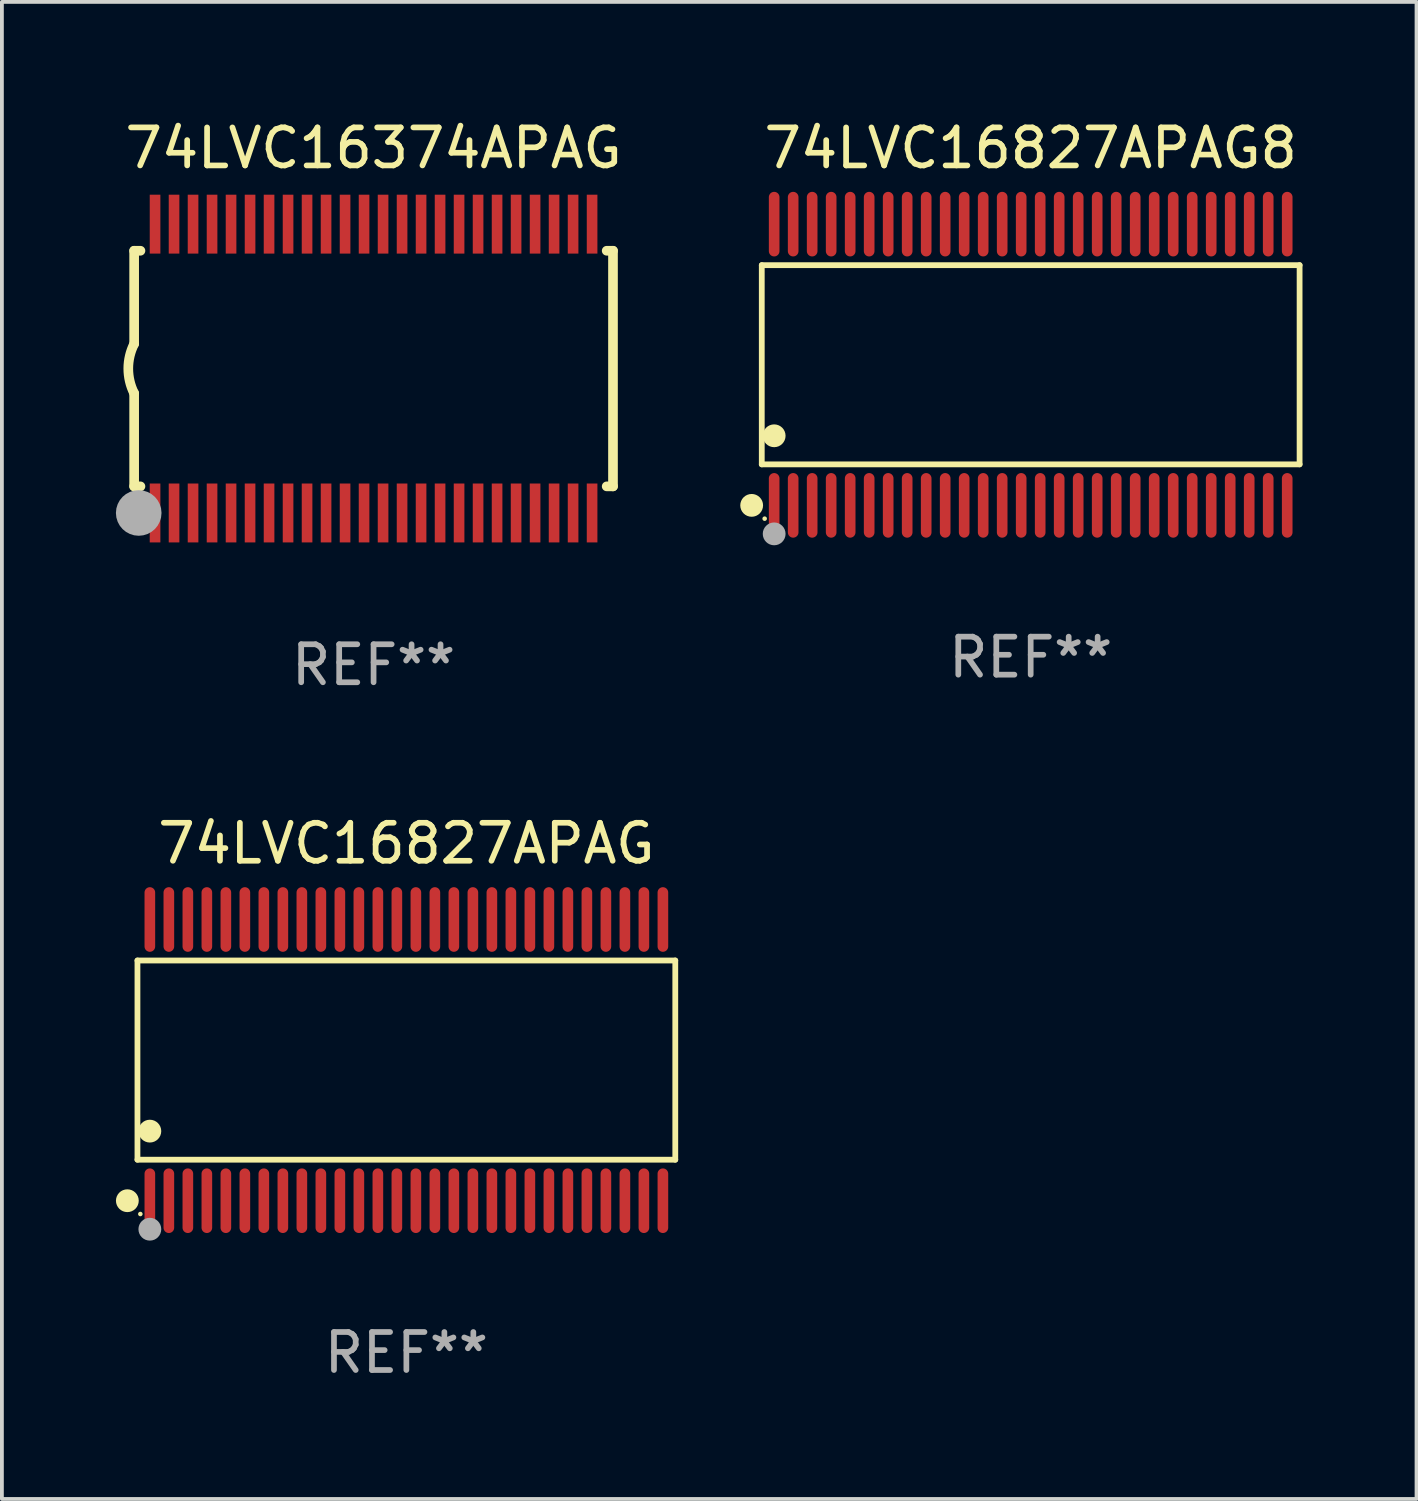
<source format=kicad_pcb>
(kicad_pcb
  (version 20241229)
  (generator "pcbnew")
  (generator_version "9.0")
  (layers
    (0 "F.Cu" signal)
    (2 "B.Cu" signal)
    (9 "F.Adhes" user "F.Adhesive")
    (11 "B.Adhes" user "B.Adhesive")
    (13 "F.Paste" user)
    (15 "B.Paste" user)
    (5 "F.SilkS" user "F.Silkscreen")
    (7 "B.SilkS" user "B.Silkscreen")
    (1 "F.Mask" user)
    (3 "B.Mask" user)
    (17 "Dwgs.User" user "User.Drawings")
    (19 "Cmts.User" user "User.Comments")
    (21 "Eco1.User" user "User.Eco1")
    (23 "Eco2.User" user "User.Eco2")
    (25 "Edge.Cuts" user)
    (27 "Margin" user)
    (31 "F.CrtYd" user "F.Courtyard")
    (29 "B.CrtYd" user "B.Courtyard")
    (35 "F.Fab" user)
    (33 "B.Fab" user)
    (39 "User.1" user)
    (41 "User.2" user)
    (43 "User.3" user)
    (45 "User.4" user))
  (footprint "74LVC16827APAG"
    (layer "F.Cu")
    (at 7.643 24.845)
    (property "Reference" "74LVC16827APAG" (at 0 -5.7 0) (layer "F.SilkS") (effects (font (size 1 1) (thickness 0.15))))
    (attr through_hole)
    (fp_line (start -7.076 -2.621) (end 7.076 -2.621) (stroke (width 0.152) (type solid)) (layer "F.SilkS"))
    (fp_line (start -7.076 2.621) (end -7.076 -2.621) (stroke (width 0.152) (type solid)) (layer "F.SilkS"))
    (fp_line (start 7.076 -2.621) (end 7.076 2.621) (stroke (width 0.152) (type solid)) (layer "F.SilkS"))
    (fp_line (start 7.076 2.621) (end -7.076 2.621) (stroke (width 0.152) (type solid)) (layer "F.SilkS"))
    (fp_circle (center -7.342 3.7) (end -7.192 3.7) (stroke (width 0.3) (type solid)) (fill no) (layer "F.SilkS"))
    (fp_circle (center -7 4.05) (end -6.97 4.05) (stroke (width 0.06) (type solid)) (fill no) (layer "F.SilkS"))
    (fp_circle (center -6.75 1.869) (end -6.6 1.869) (stroke (width 0.3) (type solid)) (fill no) (layer "F.SilkS"))
    (fp_circle (center -6.75 4.45) (end -6.6 4.45) (stroke (width 0.3) (type solid)) (fill no) (layer "F.Fab"))
    (fp_text user "REF**" (at 0 7.7 0) (layer "F.Fab") (effects (font (size 1 1) (thickness 0.15))))
    (pad "1" smd oval (at -6.75 3.7) (size 0.28 1.7) (layers "F.Cu" "F.Mask" "F.Paste"))
    (pad "2" smd oval (at -6.25 3.7) (size 0.28 1.7) (layers "F.Cu" "F.Mask" "F.Paste"))
    (pad "3" smd oval (at -5.75 3.7) (size 0.28 1.7) (layers "F.Cu" "F.Mask" "F.Paste"))
    (pad "4" smd oval (at -5.25 3.7) (size 0.28 1.7) (layers "F.Cu" "F.Mask" "F.Paste"))
    (pad "5" smd oval (at -4.75 3.7) (size 0.28 1.7) (layers "F.Cu" "F.Mask" "F.Paste"))
    (pad "6" smd oval (at -4.25 3.7) (size 0.28 1.7) (layers "F.Cu" "F.Mask" "F.Paste"))
    (pad "7" smd oval (at -3.75 3.7) (size 0.28 1.7) (layers "F.Cu" "F.Mask" "F.Paste"))
    (pad "8" smd oval (at -3.25 3.7) (size 0.28 1.7) (layers "F.Cu" "F.Mask" "F.Paste"))
    (pad "9" smd oval (at -2.75 3.7) (size 0.28 1.7) (layers "F.Cu" "F.Mask" "F.Paste"))
    (pad "10" smd oval (at -2.25 3.7) (size 0.28 1.7) (layers "F.Cu" "F.Mask" "F.Paste"))
    (pad "11" smd oval (at -1.75 3.7) (size 0.28 1.7) (layers "F.Cu" "F.Mask" "F.Paste"))
    (pad "12" smd oval (at -1.25 3.7) (size 0.28 1.7) (layers "F.Cu" "F.Mask" "F.Paste"))
    (pad "13" smd oval (at -0.75 3.7) (size 0.28 1.7) (layers "F.Cu" "F.Mask" "F.Paste"))
    (pad "14" smd oval (at -0.25 3.7) (size 0.28 1.7) (layers "F.Cu" "F.Mask" "F.Paste"))
    (pad "15" smd oval (at 0.25 3.7) (size 0.28 1.7) (layers "F.Cu" "F.Mask" "F.Paste"))
    (pad "16" smd oval (at 0.75 3.7) (size 0.28 1.7) (layers "F.Cu" "F.Mask" "F.Paste"))
    (pad "17" smd oval (at 1.25 3.7) (size 0.28 1.7) (layers "F.Cu" "F.Mask" "F.Paste"))
    (pad "18" smd oval (at 1.75 3.7) (size 0.28 1.7) (layers "F.Cu" "F.Mask" "F.Paste"))
    (pad "19" smd oval (at 2.25 3.7) (size 0.28 1.7) (layers "F.Cu" "F.Mask" "F.Paste"))
    (pad "20" smd oval (at 2.75 3.7) (size 0.28 1.7) (layers "F.Cu" "F.Mask" "F.Paste"))
    (pad "21" smd oval (at 3.25 3.7) (size 0.28 1.7) (layers "F.Cu" "F.Mask" "F.Paste"))
    (pad "22" smd oval (at 3.75 3.7) (size 0.28 1.7) (layers "F.Cu" "F.Mask" "F.Paste"))
    (pad "23" smd oval (at 4.25 3.7) (size 0.28 1.7) (layers "F.Cu" "F.Mask" "F.Paste"))
    (pad "24" smd oval (at 4.75 3.7) (size 0.28 1.7) (layers "F.Cu" "F.Mask" "F.Paste"))
    (pad "25" smd oval (at 5.25 3.7) (size 0.28 1.7) (layers "F.Cu" "F.Mask" "F.Paste"))
    (pad "26" smd oval (at 5.75 3.7) (size 0.28 1.7) (layers "F.Cu" "F.Mask" "F.Paste"))
    (pad "27" smd oval (at 6.25 3.7) (size 0.28 1.7) (layers "F.Cu" "F.Mask" "F.Paste"))
    (pad "28" smd oval (at 6.75 3.7) (size 0.28 1.7) (layers "F.Cu" "F.Mask" "F.Paste"))
    (pad "29" smd oval (at 6.75 -3.7) (size 0.28 1.7) (layers "F.Cu" "F.Mask" "F.Paste"))
    (pad "30" smd oval (at 6.25 -3.7) (size 0.28 1.7) (layers "F.Cu" "F.Mask" "F.Paste"))
    (pad "31" smd oval (at 5.75 -3.7) (size 0.28 1.7) (layers "F.Cu" "F.Mask" "F.Paste"))
    (pad "32" smd oval (at 5.25 -3.7) (size 0.28 1.7) (layers "F.Cu" "F.Mask" "F.Paste"))
    (pad "33" smd oval (at 4.75 -3.7) (size 0.28 1.7) (layers "F.Cu" "F.Mask" "F.Paste"))
    (pad "34" smd oval (at 4.25 -3.7) (size 0.28 1.7) (layers "F.Cu" "F.Mask" "F.Paste"))
    (pad "35" smd oval (at 3.75 -3.7) (size 0.28 1.7) (layers "F.Cu" "F.Mask" "F.Paste"))
    (pad "36" smd oval (at 3.25 -3.7) (size 0.28 1.7) (layers "F.Cu" "F.Mask" "F.Paste"))
    (pad "37" smd oval (at 2.75 -3.7) (size 0.28 1.7) (layers "F.Cu" "F.Mask" "F.Paste"))
    (pad "38" smd oval (at 2.25 -3.7) (size 0.28 1.7) (layers "F.Cu" "F.Mask" "F.Paste"))
    (pad "39" smd oval (at 1.75 -3.7) (size 0.28 1.7) (layers "F.Cu" "F.Mask" "F.Paste"))
    (pad "40" smd oval (at 1.25 -3.7) (size 0.28 1.7) (layers "F.Cu" "F.Mask" "F.Paste"))
    (pad "41" smd oval (at 0.75 -3.7) (size 0.28 1.7) (layers "F.Cu" "F.Mask" "F.Paste"))
    (pad "42" smd oval (at 0.25 -3.7) (size 0.28 1.7) (layers "F.Cu" "F.Mask" "F.Paste"))
    (pad "43" smd oval (at -0.25 -3.7) (size 0.28 1.7) (layers "F.Cu" "F.Mask" "F.Paste"))
    (pad "44" smd oval (at -0.75 -3.7) (size 0.28 1.7) (layers "F.Cu" "F.Mask" "F.Paste"))
    (pad "45" smd oval (at -1.25 -3.7) (size 0.28 1.7) (layers "F.Cu" "F.Mask" "F.Paste"))
    (pad "46" smd oval (at -1.75 -3.7) (size 0.28 1.7) (layers "F.Cu" "F.Mask" "F.Paste"))
    (pad "47" smd oval (at -2.25 -3.7) (size 0.28 1.7) (layers "F.Cu" "F.Mask" "F.Paste"))
    (pad "48" smd oval (at -2.75 -3.7) (size 0.28 1.7) (layers "F.Cu" "F.Mask" "F.Paste"))
    (pad "49" smd oval (at -3.25 -3.7) (size 0.28 1.7) (layers "F.Cu" "F.Mask" "F.Paste"))
    (pad "50" smd oval (at -3.75 -3.7) (size 0.28 1.7) (layers "F.Cu" "F.Mask" "F.Paste"))
    (pad "51" smd oval (at -4.25 -3.7) (size 0.28 1.7) (layers "F.Cu" "F.Mask" "F.Paste"))
    (pad "52" smd oval (at -4.75 -3.7) (size 0.28 1.7) (layers "F.Cu" "F.Mask" "F.Paste"))
    (pad "53" smd oval (at -5.25 -3.7) (size 0.28 1.7) (layers "F.Cu" "F.Mask" "F.Paste"))
    (pad "54" smd oval (at -5.75 -3.7) (size 0.28 1.7) (layers "F.Cu" "F.Mask" "F.Paste"))
    (pad "55" smd oval (at -6.25 -3.7) (size 0.28 1.7) (layers "F.Cu" "F.Mask" "F.Paste"))
    (pad "56" smd oval (at -6.75 -3.7) (size 0.28 1.7) (layers "F.Cu" "F.Mask" "F.Paste")))
  (footprint "74LVC16374APAG"
    (layer "F.Cu")
    (at 6.78 6.648)
    (property "Reference" "74LVC16374APAG" (at 0 -5.8 0) (layer "F.SilkS") (effects (font (size 1 1) (thickness 0.15))))
    (attr through_hole)
    (fp_line (start -6.3 -3.1) (end -6.3 -0.65) (stroke (width 0.254) (type solid)) (layer "F.SilkS"))
    (fp_line (start -6.3 -3.1) (end -6.134 -3.1) (stroke (width 0.254) (type solid)) (layer "F.SilkS"))
    (fp_line (start -6.3 3.1) (end -6.3 0.65) (stroke (width 0.254) (type solid)) (layer "F.SilkS"))
    (fp_line (start -6.3 3.1) (end -6.134 3.1) (stroke (width 0.254) (type solid)) (layer "F.SilkS"))
    (fp_line (start 6.134 -3.1) (end 6.3 -3.1) (stroke (width 0.254) (type solid)) (layer "F.SilkS"))
    (fp_line (start 6.134 3.1) (end 6.3 3.1) (stroke (width 0.254) (type solid)) (layer "F.SilkS"))
    (fp_line (start 6.3 -3.1) (end 6.3 3.1) (stroke (width 0.254) (type solid)) (layer "F.SilkS"))
    (fp_arc (start -6.301016 0.650114) (mid -6.45413 -0.000082) (end -6.3 -0.650038) (stroke (width 0.254001) (type solid)) (layer "F.SilkS"))
    (fp_circle (center -6.35 3.81) (end -6.223 3.81) (stroke (width 0.254) (type solid)) (fill no) (layer "F.SilkS"))
    (fp_circle (center -6.25 4.05) (end -6.22 4.05) (stroke (width 0.06) (type solid)) (fill no) (layer "F.SilkS"))
    (fp_circle (center -6.18 3.8) (end -5.88 3.8) (stroke (width 0.6) (type solid)) (fill no) (layer "F.Fab"))
    (fp_text user "REF**" (at 0 7.8 0) (layer "F.Fab") (effects (font (size 1 1) (thickness 0.15))))
    (pad "1" smd rect (at -5.75 3.8) (size 0.28 1.55) (layers "F.Cu" "F.Mask" "F.Paste"))
    (pad "2" smd rect (at -5.25 3.8) (size 0.28 1.55) (layers "F.Cu" "F.Mask" "F.Paste"))
    (pad "3" smd rect (at -4.75 3.8) (size 0.28 1.55) (layers "F.Cu" "F.Mask" "F.Paste"))
    (pad "4" smd rect (at -4.25 3.8) (size 0.28 1.55) (layers "F.Cu" "F.Mask" "F.Paste"))
    (pad "5" smd rect (at -3.75 3.8) (size 0.28 1.55) (layers "F.Cu" "F.Mask" "F.Paste"))
    (pad "6" smd rect (at -3.25 3.8) (size 0.28 1.55) (layers "F.Cu" "F.Mask" "F.Paste"))
    (pad "7" smd rect (at -2.75 3.8) (size 0.28 1.55) (layers "F.Cu" "F.Mask" "F.Paste"))
    (pad "8" smd rect (at -2.25 3.8) (size 0.28 1.55) (layers "F.Cu" "F.Mask" "F.Paste"))
    (pad "9" smd rect (at -1.75 3.8) (size 0.28 1.55) (layers "F.Cu" "F.Mask" "F.Paste"))
    (pad "10" smd rect (at -1.25 3.8) (size 0.28 1.55) (layers "F.Cu" "F.Mask" "F.Paste"))
    (pad "11" smd rect (at -0.75 3.8) (size 0.28 1.55) (layers "F.Cu" "F.Mask" "F.Paste"))
    (pad "12" smd rect (at -0.25 3.8) (size 0.28 1.55) (layers "F.Cu" "F.Mask" "F.Paste"))
    (pad "13" smd rect (at 0.25 3.8) (size 0.28 1.55) (layers "F.Cu" "F.Mask" "F.Paste"))
    (pad "14" smd rect (at 0.75 3.8) (size 0.28 1.55) (layers "F.Cu" "F.Mask" "F.Paste"))
    (pad "15" smd rect (at 1.25 3.8) (size 0.28 1.55) (layers "F.Cu" "F.Mask" "F.Paste"))
    (pad "16" smd rect (at 1.75 3.8) (size 0.28 1.55) (layers "F.Cu" "F.Mask" "F.Paste"))
    (pad "17" smd rect (at 2.25 3.8) (size 0.28 1.55) (layers "F.Cu" "F.Mask" "F.Paste"))
    (pad "18" smd rect (at 2.75 3.8) (size 0.28 1.55) (layers "F.Cu" "F.Mask" "F.Paste"))
    (pad "19" smd rect (at 3.25 3.8) (size 0.28 1.55) (layers "F.Cu" "F.Mask" "F.Paste"))
    (pad "20" smd rect (at 3.75 3.8) (size 0.28 1.55) (layers "F.Cu" "F.Mask" "F.Paste"))
    (pad "21" smd rect (at 4.25 3.8) (size 0.28 1.55) (layers "F.Cu" "F.Mask" "F.Paste"))
    (pad "22" smd rect (at 4.75 3.8) (size 0.28 1.55) (layers "F.Cu" "F.Mask" "F.Paste"))
    (pad "23" smd rect (at 5.25 3.8) (size 0.28 1.55) (layers "F.Cu" "F.Mask" "F.Paste"))
    (pad "24" smd rect (at 5.75 3.8) (size 0.28 1.55) (layers "F.Cu" "F.Mask" "F.Paste"))
    (pad "25" smd rect (at 5.75 -3.8) (size 0.28 1.55) (layers "F.Cu" "F.Mask" "F.Paste"))
    (pad "26" smd rect (at 5.25 -3.8) (size 0.28 1.55) (layers "F.Cu" "F.Mask" "F.Paste"))
    (pad "27" smd rect (at 4.75 -3.8) (size 0.28 1.55) (layers "F.Cu" "F.Mask" "F.Paste"))
    (pad "28" smd rect (at 4.25 -3.8) (size 0.28 1.55) (layers "F.Cu" "F.Mask" "F.Paste"))
    (pad "29" smd rect (at 3.75 -3.8) (size 0.28 1.55) (layers "F.Cu" "F.Mask" "F.Paste"))
    (pad "30" smd rect (at 3.25 -3.8) (size 0.28 1.55) (layers "F.Cu" "F.Mask" "F.Paste"))
    (pad "31" smd rect (at 2.75 -3.8) (size 0.28 1.55) (layers "F.Cu" "F.Mask" "F.Paste"))
    (pad "32" smd rect (at 2.25 -3.8) (size 0.28 1.55) (layers "F.Cu" "F.Mask" "F.Paste"))
    (pad "33" smd rect (at 1.75 -3.8) (size 0.28 1.55) (layers "F.Cu" "F.Mask" "F.Paste"))
    (pad "34" smd rect (at 1.25 -3.8) (size 0.28 1.55) (layers "F.Cu" "F.Mask" "F.Paste"))
    (pad "35" smd rect (at 0.75 -3.8) (size 0.28 1.55) (layers "F.Cu" "F.Mask" "F.Paste"))
    (pad "36" smd rect (at 0.25 -3.8) (size 0.28 1.55) (layers "F.Cu" "F.Mask" "F.Paste"))
    (pad "37" smd rect (at -0.25 -3.8) (size 0.28 1.55) (layers "F.Cu" "F.Mask" "F.Paste"))
    (pad "38" smd rect (at -0.75 -3.8) (size 0.28 1.55) (layers "F.Cu" "F.Mask" "F.Paste"))
    (pad "39" smd rect (at -1.25 -3.8) (size 0.28 1.55) (layers "F.Cu" "F.Mask" "F.Paste"))
    (pad "40" smd rect (at -1.75 -3.8) (size 0.28 1.55) (layers "F.Cu" "F.Mask" "F.Paste"))
    (pad "41" smd rect (at -2.25 -3.8) (size 0.28 1.55) (layers "F.Cu" "F.Mask" "F.Paste"))
    (pad "42" smd rect (at -2.75 -3.8) (size 0.28 1.55) (layers "F.Cu" "F.Mask" "F.Paste"))
    (pad "43" smd rect (at -3.25 -3.8) (size 0.28 1.55) (layers "F.Cu" "F.Mask" "F.Paste"))
    (pad "44" smd rect (at -3.75 -3.8) (size 0.28 1.55) (layers "F.Cu" "F.Mask" "F.Paste"))
    (pad "45" smd rect (at -4.25 -3.8) (size 0.28 1.55) (layers "F.Cu" "F.Mask" "F.Paste"))
    (pad "46" smd rect (at -4.75 -3.8) (size 0.28 1.55) (layers "F.Cu" "F.Mask" "F.Paste"))
    (pad "47" smd rect (at -5.25 -3.8) (size 0.28 1.55) (layers "F.Cu" "F.Mask" "F.Paste"))
    (pad "48" smd rect (at -5.75 -3.8) (size 0.28 1.55) (layers "F.Cu" "F.Mask" "F.Paste")))
  (footprint "74LVC16827APAG8"
    (layer "F.Cu")
    (at 24.071 6.548)
    (property "Reference" "74LVC16827APAG8" (at 0 -5.7 0) (layer "F.SilkS") (effects (font (size 1 1) (thickness 0.15))))
    (attr through_hole)
    (fp_line (start -7.076 -2.621) (end 7.076 -2.621) (stroke (width 0.152) (type solid)) (layer "F.SilkS"))
    (fp_line (start -7.076 2.621) (end -7.076 -2.621) (stroke (width 0.152) (type solid)) (layer "F.SilkS"))
    (fp_line (start 7.076 -2.621) (end 7.076 2.621) (stroke (width 0.152) (type solid)) (layer "F.SilkS"))
    (fp_line (start 7.076 2.621) (end -7.076 2.621) (stroke (width 0.152) (type solid)) (layer "F.SilkS"))
    (fp_circle (center -7.342 3.7) (end -7.192 3.7) (stroke (width 0.3) (type solid)) (fill no) (layer "F.SilkS"))
    (fp_circle (center -7 4.05) (end -6.97 4.05) (stroke (width 0.06) (type solid)) (fill no) (layer "F.SilkS"))
    (fp_circle (center -6.75 1.869) (end -6.6 1.869) (stroke (width 0.3) (type solid)) (fill no) (layer "F.SilkS"))
    (fp_circle (center -6.75 4.45) (end -6.6 4.45) (stroke (width 0.3) (type solid)) (fill no) (layer "F.Fab"))
    (fp_text user "REF**" (at 0 7.7 0) (layer "F.Fab") (effects (font (size 1 1) (thickness 0.15))))
    (pad "1" smd oval (at -6.75 3.7) (size 0.28 1.7) (layers "F.Cu" "F.Mask" "F.Paste"))
    (pad "2" smd oval (at -6.25 3.7) (size 0.28 1.7) (layers "F.Cu" "F.Mask" "F.Paste"))
    (pad "3" smd oval (at -5.75 3.7) (size 0.28 1.7) (layers "F.Cu" "F.Mask" "F.Paste"))
    (pad "4" smd oval (at -5.25 3.7) (size 0.28 1.7) (layers "F.Cu" "F.Mask" "F.Paste"))
    (pad "5" smd oval (at -4.75 3.7) (size 0.28 1.7) (layers "F.Cu" "F.Mask" "F.Paste"))
    (pad "6" smd oval (at -4.25 3.7) (size 0.28 1.7) (layers "F.Cu" "F.Mask" "F.Paste"))
    (pad "7" smd oval (at -3.75 3.7) (size 0.28 1.7) (layers "F.Cu" "F.Mask" "F.Paste"))
    (pad "8" smd oval (at -3.25 3.7) (size 0.28 1.7) (layers "F.Cu" "F.Mask" "F.Paste"))
    (pad "9" smd oval (at -2.75 3.7) (size 0.28 1.7) (layers "F.Cu" "F.Mask" "F.Paste"))
    (pad "10" smd oval (at -2.25 3.7) (size 0.28 1.7) (layers "F.Cu" "F.Mask" "F.Paste"))
    (pad "11" smd oval (at -1.75 3.7) (size 0.28 1.7) (layers "F.Cu" "F.Mask" "F.Paste"))
    (pad "12" smd oval (at -1.25 3.7) (size 0.28 1.7) (layers "F.Cu" "F.Mask" "F.Paste"))
    (pad "13" smd oval (at -0.75 3.7) (size 0.28 1.7) (layers "F.Cu" "F.Mask" "F.Paste"))
    (pad "14" smd oval (at -0.25 3.7) (size 0.28 1.7) (layers "F.Cu" "F.Mask" "F.Paste"))
    (pad "15" smd oval (at 0.25 3.7) (size 0.28 1.7) (layers "F.Cu" "F.Mask" "F.Paste"))
    (pad "16" smd oval (at 0.75 3.7) (size 0.28 1.7) (layers "F.Cu" "F.Mask" "F.Paste"))
    (pad "17" smd oval (at 1.25 3.7) (size 0.28 1.7) (layers "F.Cu" "F.Mask" "F.Paste"))
    (pad "18" smd oval (at 1.75 3.7) (size 0.28 1.7) (layers "F.Cu" "F.Mask" "F.Paste"))
    (pad "19" smd oval (at 2.25 3.7) (size 0.28 1.7) (layers "F.Cu" "F.Mask" "F.Paste"))
    (pad "20" smd oval (at 2.75 3.7) (size 0.28 1.7) (layers "F.Cu" "F.Mask" "F.Paste"))
    (pad "21" smd oval (at 3.25 3.7) (size 0.28 1.7) (layers "F.Cu" "F.Mask" "F.Paste"))
    (pad "22" smd oval (at 3.75 3.7) (size 0.28 1.7) (layers "F.Cu" "F.Mask" "F.Paste"))
    (pad "23" smd oval (at 4.25 3.7) (size 0.28 1.7) (layers "F.Cu" "F.Mask" "F.Paste"))
    (pad "24" smd oval (at 4.75 3.7) (size 0.28 1.7) (layers "F.Cu" "F.Mask" "F.Paste"))
    (pad "25" smd oval (at 5.25 3.7) (size 0.28 1.7) (layers "F.Cu" "F.Mask" "F.Paste"))
    (pad "26" smd oval (at 5.75 3.7) (size 0.28 1.7) (layers "F.Cu" "F.Mask" "F.Paste"))
    (pad "27" smd oval (at 6.25 3.7) (size 0.28 1.7) (layers "F.Cu" "F.Mask" "F.Paste"))
    (pad "28" smd oval (at 6.75 3.7) (size 0.28 1.7) (layers "F.Cu" "F.Mask" "F.Paste"))
    (pad "29" smd oval (at 6.75 -3.7) (size 0.28 1.7) (layers "F.Cu" "F.Mask" "F.Paste"))
    (pad "30" smd oval (at 6.25 -3.7) (size 0.28 1.7) (layers "F.Cu" "F.Mask" "F.Paste"))
    (pad "31" smd oval (at 5.75 -3.7) (size 0.28 1.7) (layers "F.Cu" "F.Mask" "F.Paste"))
    (pad "32" smd oval (at 5.25 -3.7) (size 0.28 1.7) (layers "F.Cu" "F.Mask" "F.Paste"))
    (pad "33" smd oval (at 4.75 -3.7) (size 0.28 1.7) (layers "F.Cu" "F.Mask" "F.Paste"))
    (pad "34" smd oval (at 4.25 -3.7) (size 0.28 1.7) (layers "F.Cu" "F.Mask" "F.Paste"))
    (pad "35" smd oval (at 3.75 -3.7) (size 0.28 1.7) (layers "F.Cu" "F.Mask" "F.Paste"))
    (pad "36" smd oval (at 3.25 -3.7) (size 0.28 1.7) (layers "F.Cu" "F.Mask" "F.Paste"))
    (pad "37" smd oval (at 2.75 -3.7) (size 0.28 1.7) (layers "F.Cu" "F.Mask" "F.Paste"))
    (pad "38" smd oval (at 2.25 -3.7) (size 0.28 1.7) (layers "F.Cu" "F.Mask" "F.Paste"))
    (pad "39" smd oval (at 1.75 -3.7) (size 0.28 1.7) (layers "F.Cu" "F.Mask" "F.Paste"))
    (pad "40" smd oval (at 1.25 -3.7) (size 0.28 1.7) (layers "F.Cu" "F.Mask" "F.Paste"))
    (pad "41" smd oval (at 0.75 -3.7) (size 0.28 1.7) (layers "F.Cu" "F.Mask" "F.Paste"))
    (pad "42" smd oval (at 0.25 -3.7) (size 0.28 1.7) (layers "F.Cu" "F.Mask" "F.Paste"))
    (pad "43" smd oval (at -0.25 -3.7) (size 0.28 1.7) (layers "F.Cu" "F.Mask" "F.Paste"))
    (pad "44" smd oval (at -0.75 -3.7) (size 0.28 1.7) (layers "F.Cu" "F.Mask" "F.Paste"))
    (pad "45" smd oval (at -1.25 -3.7) (size 0.28 1.7) (layers "F.Cu" "F.Mask" "F.Paste"))
    (pad "46" smd oval (at -1.75 -3.7) (size 0.28 1.7) (layers "F.Cu" "F.Mask" "F.Paste"))
    (pad "47" smd oval (at -2.25 -3.7) (size 0.28 1.7) (layers "F.Cu" "F.Mask" "F.Paste"))
    (pad "48" smd oval (at -2.75 -3.7) (size 0.28 1.7) (layers "F.Cu" "F.Mask" "F.Paste"))
    (pad "49" smd oval (at -3.25 -3.7) (size 0.28 1.7) (layers "F.Cu" "F.Mask" "F.Paste"))
    (pad "50" smd oval (at -3.75 -3.7) (size 0.28 1.7) (layers "F.Cu" "F.Mask" "F.Paste"))
    (pad "51" smd oval (at -4.25 -3.7) (size 0.28 1.7) (layers "F.Cu" "F.Mask" "F.Paste"))
    (pad "52" smd oval (at -4.75 -3.7) (size 0.28 1.7) (layers "F.Cu" "F.Mask" "F.Paste"))
    (pad "53" smd oval (at -5.25 -3.7) (size 0.28 1.7) (layers "F.Cu" "F.Mask" "F.Paste"))
    (pad "54" smd oval (at -5.75 -3.7) (size 0.28 1.7) (layers "F.Cu" "F.Mask" "F.Paste"))
    (pad "55" smd oval (at -6.25 -3.7) (size 0.28 1.7) (layers "F.Cu" "F.Mask" "F.Paste"))
    (pad "56" smd oval (at -6.75 -3.7) (size 0.28 1.7) (layers "F.Cu" "F.Mask" "F.Paste")))
  (gr_rect
    (start -3 -3)
    (end 34.224 36.393)
    (stroke (width 0.1) (type default))
    (fill no)
    (layer "Edge.Cuts")))
</source>
